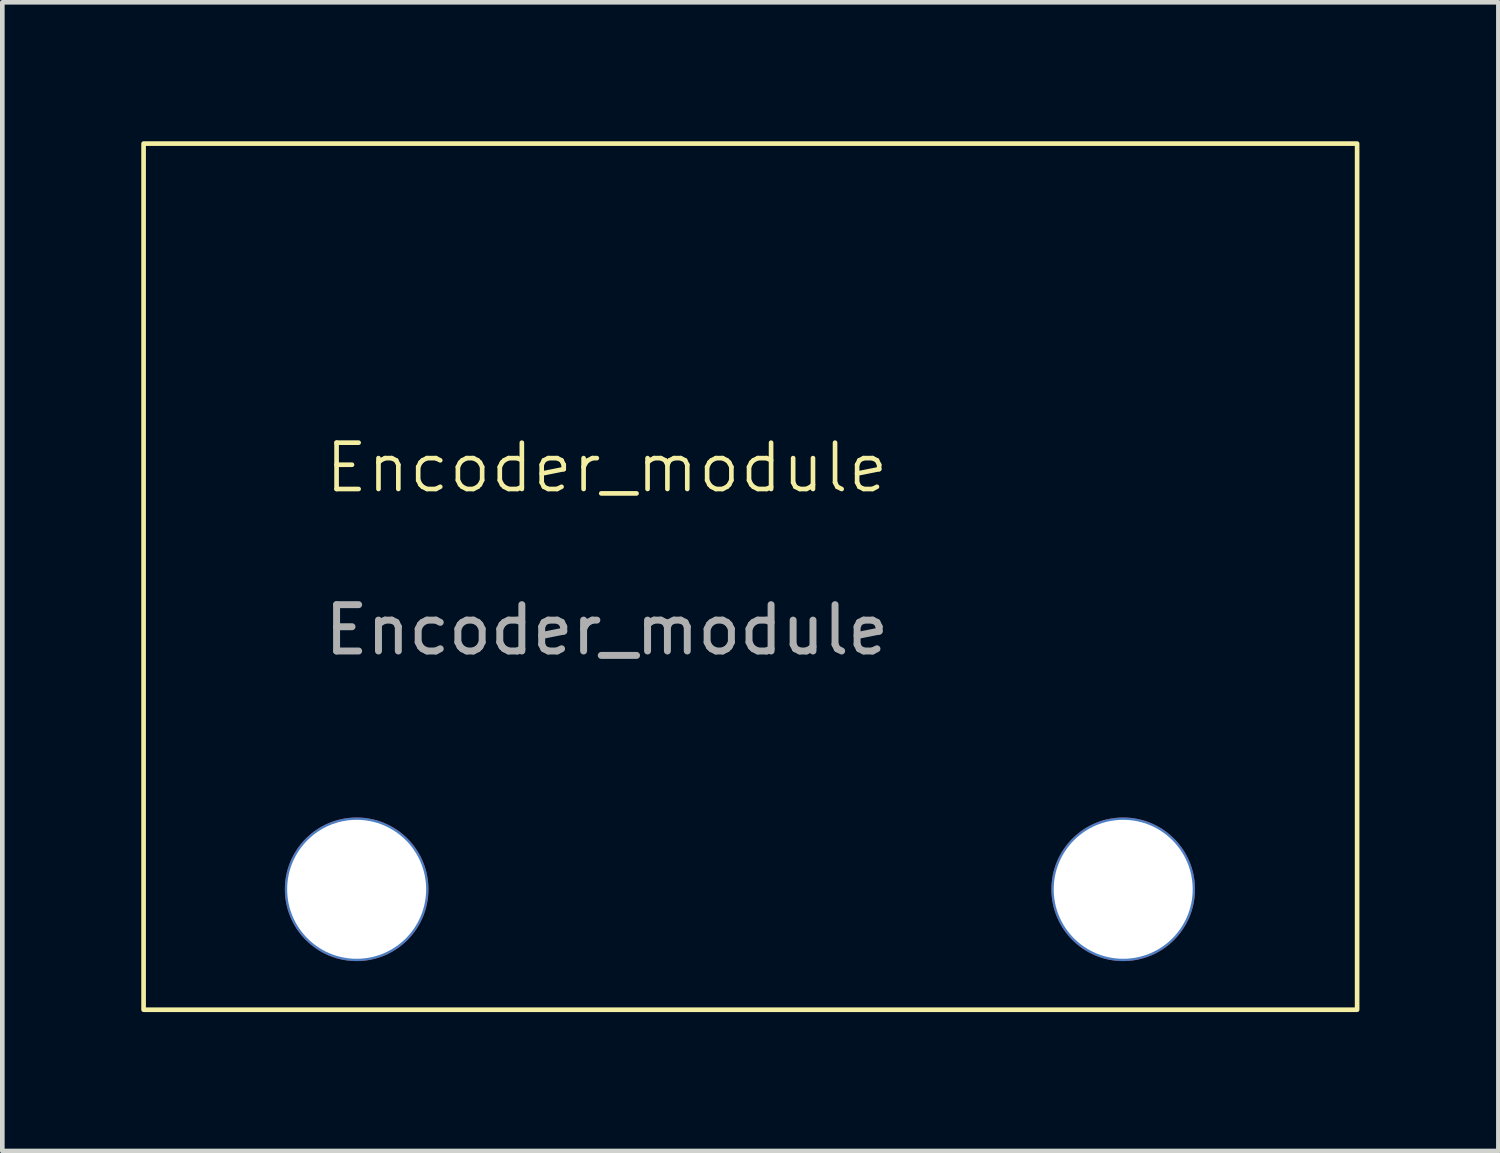
<source format=kicad_pcb>
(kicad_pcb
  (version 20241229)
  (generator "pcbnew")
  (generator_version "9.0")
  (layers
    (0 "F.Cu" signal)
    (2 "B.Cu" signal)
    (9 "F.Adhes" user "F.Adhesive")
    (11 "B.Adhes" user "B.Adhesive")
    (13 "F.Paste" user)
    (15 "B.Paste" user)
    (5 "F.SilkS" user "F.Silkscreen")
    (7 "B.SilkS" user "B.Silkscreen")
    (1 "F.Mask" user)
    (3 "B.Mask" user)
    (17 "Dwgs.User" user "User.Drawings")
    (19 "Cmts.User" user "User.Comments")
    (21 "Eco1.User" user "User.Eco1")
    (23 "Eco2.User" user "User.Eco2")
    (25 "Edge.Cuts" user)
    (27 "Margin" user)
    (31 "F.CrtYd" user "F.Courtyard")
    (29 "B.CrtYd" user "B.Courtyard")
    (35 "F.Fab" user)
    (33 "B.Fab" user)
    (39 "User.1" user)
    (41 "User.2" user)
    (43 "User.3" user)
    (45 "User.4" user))
  (footprint "Encoder_module"
    (layer "F.Cu")
    (at 10.05 8.05)
    (property "Reference" "Encoder_module" (at 0 -1 0) (unlocked yes) (layer "F.SilkS") (effects (font (size 1 1) (thickness 0.1))))
    (attr through_hole)
    (fp_rect (start -10 -8) (end 16.2 10.7) (stroke (width 0.1) (type default)) (fill no) (layer "F.SilkS"))
    (fp_text user "${REFERENCE}" (at 0 2.5 0) (unlocked yes) (layer "F.Fab") (effects (font (size 1 1) (thickness 0.15))))
    (pad "" np_thru_hole circle (at -5.4 8.1) (size 3.1 3.1) (drill 3) (layers "*.Cu" "*.Mask"))
    (pad "" np_thru_hole circle (at 11.15 8.1) (size 3.1 3.1) (drill 3) (layers "*.Cu" "*.Mask")))
  (gr_rect
    (start -3 -3)
    (end 29.3 21.8)
    (stroke (width 0.1) (type default))
    (fill no)
    (layer "Edge.Cuts")))
</source>
